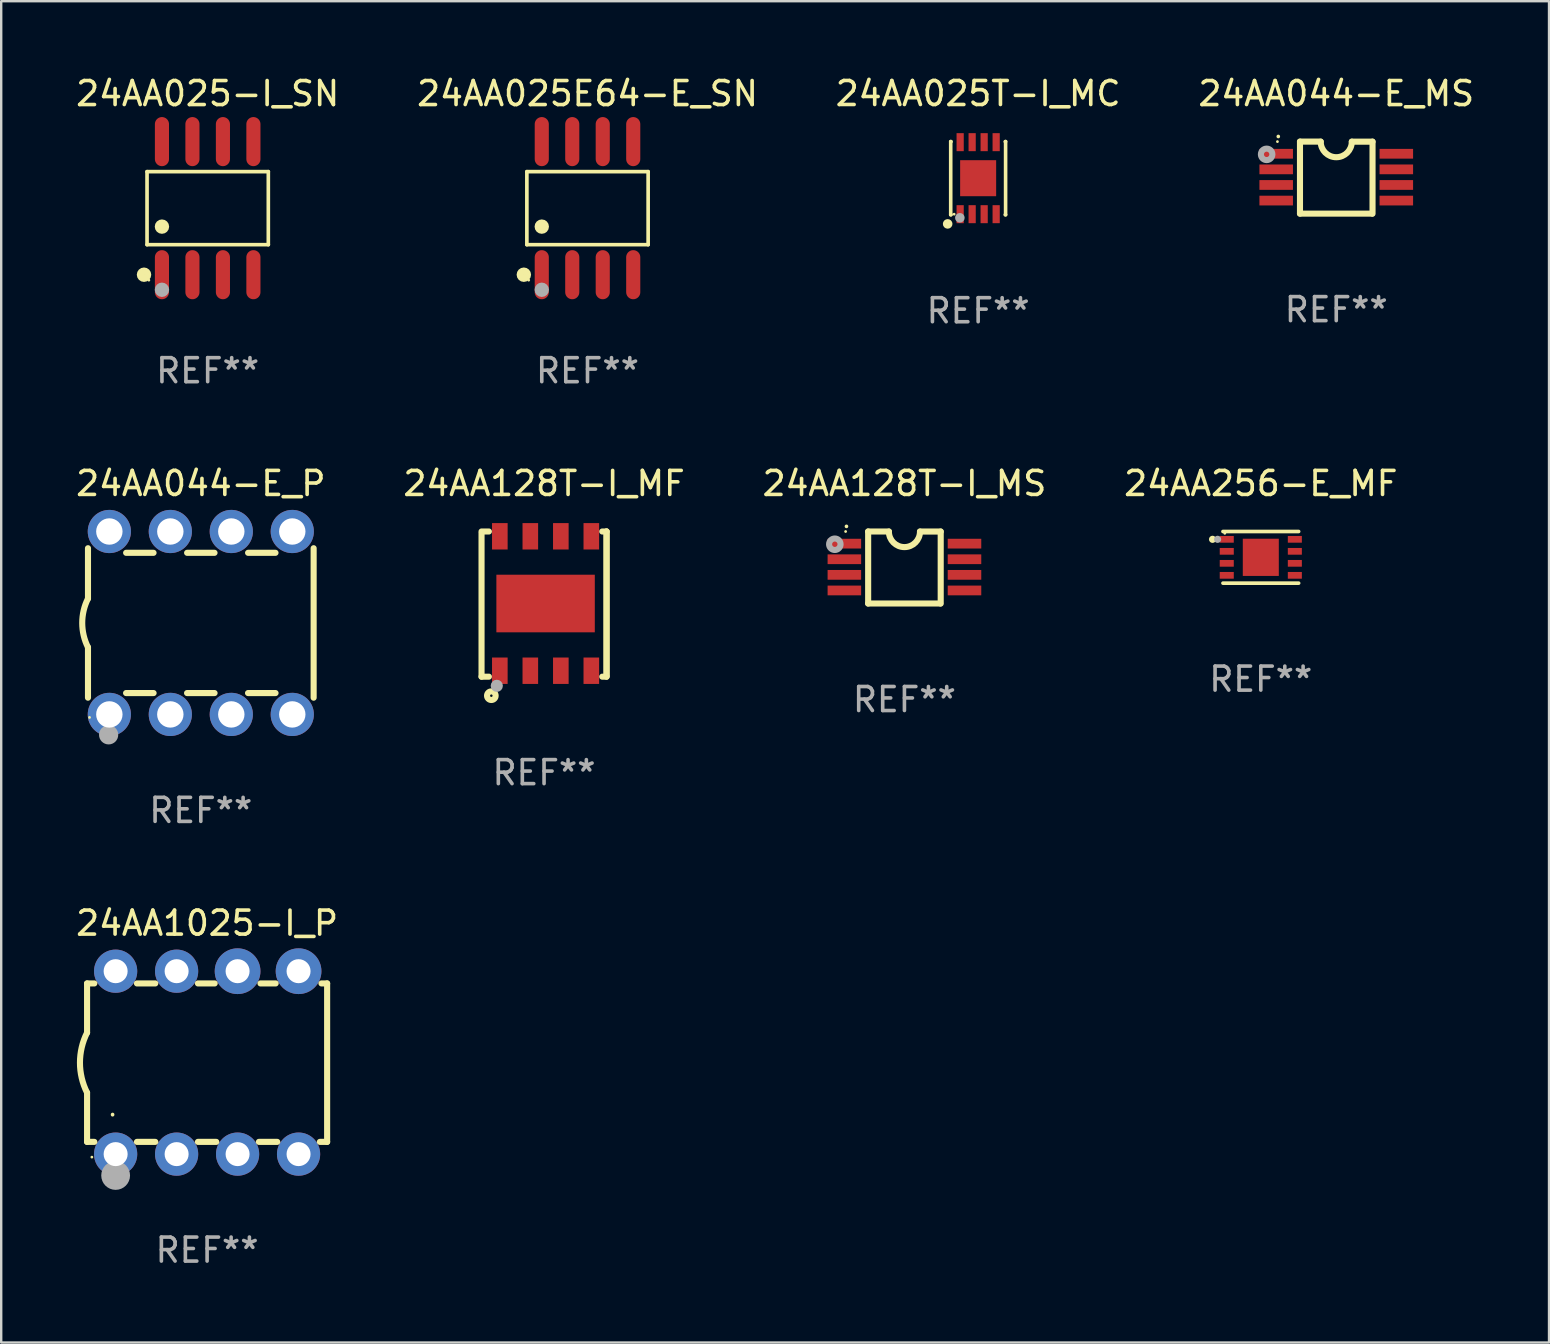
<source format=kicad_pcb>
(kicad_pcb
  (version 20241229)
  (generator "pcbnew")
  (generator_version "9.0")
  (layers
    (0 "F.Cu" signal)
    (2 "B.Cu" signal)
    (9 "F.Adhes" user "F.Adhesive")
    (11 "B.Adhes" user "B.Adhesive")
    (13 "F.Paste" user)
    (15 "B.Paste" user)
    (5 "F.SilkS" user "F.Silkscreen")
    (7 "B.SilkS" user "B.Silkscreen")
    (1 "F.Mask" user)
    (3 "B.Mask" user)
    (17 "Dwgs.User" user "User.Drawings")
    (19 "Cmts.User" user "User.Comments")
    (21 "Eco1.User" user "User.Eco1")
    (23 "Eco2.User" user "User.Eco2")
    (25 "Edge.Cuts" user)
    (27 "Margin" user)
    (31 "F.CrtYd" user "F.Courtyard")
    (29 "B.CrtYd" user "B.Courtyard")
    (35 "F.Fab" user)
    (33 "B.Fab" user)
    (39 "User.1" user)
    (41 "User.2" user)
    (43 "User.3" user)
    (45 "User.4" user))
  (footprint "24AA025-I_SN"
    (layer "F.Cu")
    (at 5.601 5.621)
    (property "Reference" "24AA025-I_SN" (at 0 -4.772 0) (layer "F.SilkS") (effects (font (size 1 1) (thickness 0.15))))
    (attr through_hole)
    (fp_line (start -2.526 -1.521) (end 2.526 -1.521) (stroke (width 0.152) (type solid)) (layer "F.SilkS"))
    (fp_line (start -2.526 1.521) (end -2.526 -1.521) (stroke (width 0.152) (type solid)) (layer "F.SilkS"))
    (fp_line (start 2.526 -1.521) (end 2.526 1.521) (stroke (width 0.152) (type solid)) (layer "F.SilkS"))
    (fp_line (start 2.526 1.521) (end -2.526 1.521) (stroke (width 0.152) (type solid)) (layer "F.SilkS"))
    (fp_circle (center -2.652 2.772) (end -2.501 2.772) (stroke (width 0.3) (type solid)) (fill no) (layer "F.SilkS"))
    (fp_circle (center -2.45 3) (end -2.42 3) (stroke (width 0.06) (type solid)) (fill no) (layer "F.SilkS"))
    (fp_circle (center -1.905 0.769) (end -1.755 0.769) (stroke (width 0.3) (type solid)) (fill no) (layer "F.SilkS"))
    (fp_circle (center -1.905 3.4) (end -1.755 3.4) (stroke (width 0.3) (type solid)) (fill no) (layer "F.Fab"))
    (fp_text user "REF**" (at 0 6.772 0) (layer "F.Fab") (effects (font (size 1 1) (thickness 0.15))))
    (pad "1" smd oval (at -1.905 2.772) (size 0.588 2.045) (layers "F.Cu" "F.Mask" "F.Paste"))
    (pad "2" smd oval (at -0.635 2.772) (size 0.588 2.045) (layers "F.Cu" "F.Mask" "F.Paste"))
    (pad "3" smd oval (at 0.635 2.772) (size 0.588 2.045) (layers "F.Cu" "F.Mask" "F.Paste"))
    (pad "4" smd oval (at 1.905 2.772) (size 0.588 2.045) (layers "F.Cu" "F.Mask" "F.Paste"))
    (pad "5" smd oval (at 1.905 -2.772) (size 0.588 2.045) (layers "F.Cu" "F.Mask" "F.Paste"))
    (pad "6" smd oval (at 0.635 -2.772) (size 0.588 2.045) (layers "F.Cu" "F.Mask" "F.Paste"))
    (pad "7" smd oval (at -0.635 -2.772) (size 0.588 2.045) (layers "F.Cu" "F.Mask" "F.Paste"))
    (pad "8" smd oval (at -1.905 -2.772) (size 0.588 2.045) (layers "F.Cu" "F.Mask" "F.Paste")))
  (footprint "24AA025E64-E_SN"
    (layer "F.Cu")
    (at 21.423 5.621)
    (property "Reference" "24AA025E64-E_SN" (at 0 -4.772 0) (layer "F.SilkS") (effects (font (size 1 1) (thickness 0.15))))
    (attr through_hole)
    (fp_line (start -2.526 -1.521) (end 2.526 -1.521) (stroke (width 0.152) (type solid)) (layer "F.SilkS"))
    (fp_line (start -2.526 1.521) (end -2.526 -1.521) (stroke (width 0.152) (type solid)) (layer "F.SilkS"))
    (fp_line (start 2.526 -1.521) (end 2.526 1.521) (stroke (width 0.152) (type solid)) (layer "F.SilkS"))
    (fp_line (start 2.526 1.521) (end -2.526 1.521) (stroke (width 0.152) (type solid)) (layer "F.SilkS"))
    (fp_circle (center -2.652 2.772) (end -2.501 2.772) (stroke (width 0.3) (type solid)) (fill no) (layer "F.SilkS"))
    (fp_circle (center -2.45 3) (end -2.42 3) (stroke (width 0.06) (type solid)) (fill no) (layer "F.SilkS"))
    (fp_circle (center -1.905 0.769) (end -1.755 0.769) (stroke (width 0.3) (type solid)) (fill no) (layer "F.SilkS"))
    (fp_circle (center -1.905 3.4) (end -1.755 3.4) (stroke (width 0.3) (type solid)) (fill no) (layer "F.Fab"))
    (fp_text user "REF**" (at 0 6.772 0) (layer "F.Fab") (effects (font (size 1 1) (thickness 0.15))))
    (pad "1" smd oval (at -1.905 2.772) (size 0.588 2.045) (layers "F.Cu" "F.Mask" "F.Paste"))
    (pad "2" smd oval (at -0.635 2.772) (size 0.588 2.045) (layers "F.Cu" "F.Mask" "F.Paste"))
    (pad "3" smd oval (at 0.635 2.772) (size 0.588 2.045) (layers "F.Cu" "F.Mask" "F.Paste"))
    (pad "4" smd oval (at 1.905 2.772) (size 0.588 2.045) (layers "F.Cu" "F.Mask" "F.Paste"))
    (pad "5" smd oval (at 1.905 -2.772) (size 0.588 2.045) (layers "F.Cu" "F.Mask" "F.Paste"))
    (pad "6" smd oval (at 0.635 -2.772) (size 0.588 2.045) (layers "F.Cu" "F.Mask" "F.Paste"))
    (pad "7" smd oval (at -0.635 -2.772) (size 0.588 2.045) (layers "F.Cu" "F.Mask" "F.Paste"))
    (pad "8" smd oval (at -1.905 -2.772) (size 0.588 2.045) (layers "F.Cu" "F.Mask" "F.Paste")))
  (footprint "24AA025T-I_MC"
    (layer "F.Cu")
    (at 37.696 4.372)
    (property "Reference" "24AA025T-I_MC" (at 0 -3.524 0) (layer "F.SilkS") (effects (font (size 1 1) (thickness 0.15))))
    (attr through_hole)
    (fp_line (start -1.143 -1.524) (end -1.143 1.524) (stroke (width 0.15) (type solid)) (layer "F.SilkS"))
    (fp_line (start -1.143 1.524) (end -1.129 1.524) (stroke (width 0.15) (type solid)) (layer "F.SilkS"))
    (fp_line (start -1.129 -1.524) (end -1.143 -1.524) (stroke (width 0.15) (type solid)) (layer "F.SilkS"))
    (fp_line (start 1.129 1.524) (end 1.143 1.524) (stroke (width 0.15) (type solid)) (layer "F.SilkS"))
    (fp_line (start 1.143 -1.524) (end 1.129 -1.524) (stroke (width 0.15) (type solid)) (layer "F.SilkS"))
    (fp_line (start 1.143 1.524) (end 1.143 -1.524) (stroke (width 0.15) (type solid)) (layer "F.SilkS"))
    (fp_circle (center -1.27 1.905) (end -1.17 1.905) (stroke (width 0.2) (type solid)) (fill no) (layer "F.SilkS"))
    (fp_circle (center -1 1.5) (end -0.97 1.5) (stroke (width 0.06) (type solid)) (fill no) (layer "F.SilkS"))
    (fp_circle (center -0.762 1.651) (end -0.662 1.651) (stroke (width 0.2) (type solid)) (fill no) (layer "F.Fab"))
    (fp_text user "REF**" (at 0 5.524 0) (layer "F.Fab") (effects (font (size 1 1) (thickness 0.15))))
    (pad "1" smd rect (at -0.75 1.5 90) (size 0.75 0.3) (layers "F.Cu" "F.Mask" "F.Paste"))
    (pad "2" smd rect (at -0.25 1.5 90) (size 0.75 0.3) (layers "F.Cu" "F.Mask" "F.Paste"))
    (pad "3" smd rect (at 0.25 1.5 90) (size 0.75 0.3) (layers "F.Cu" "F.Mask" "F.Paste"))
    (pad "4" smd rect (at 0.75 1.5 90) (size 0.75 0.3) (layers "F.Cu" "F.Mask" "F.Paste"))
    (pad "5" smd rect (at 0.75 -1.5 90) (size 0.75 0.3) (layers "F.Cu" "F.Mask" "F.Paste"))
    (pad "6" smd rect (at 0.25 -1.5 90) (size 0.75 0.3) (layers "F.Cu" "F.Mask" "F.Paste"))
    (pad "7" smd rect (at -0.25 -1.5 90) (size 0.75 0.3) (layers "F.Cu" "F.Mask" "F.Paste"))
    (pad "8" smd rect (at -0.75 -1.5 90) (size 0.75 0.3) (layers "F.Cu" "F.Mask" "F.Paste"))
    (pad "9" smd rect (at -0.000254 0.001 90) (size 1.5 1.5) (layers "F.Cu" "F.Mask" "F.Paste")))
  (footprint "24AA128T-I_MS"
    (layer "F.Cu")
    (at 34.625 20.591)
    (property "Reference" "24AA128T-I_MS" (at 0 -3.501 0) (layer "F.SilkS") (effects (font (size 1 1) (thickness 0.15))))
    (attr through_hole)
    (fp_line (start -1.511 -1.501) (end -1.511 1.499) (stroke (width 0.254) (type solid)) (layer "F.SilkS"))
    (fp_line (start -1.511 -1.501) (end -0.648 -1.501) (stroke (width 0.254) (type solid)) (layer "F.SilkS"))
    (fp_line (start -1.511 1.499) (end 1.489 1.499) (stroke (width 0.254) (type solid)) (layer "F.SilkS"))
    (fp_line (start 0.648 -1.499) (end 1.511 -1.499) (stroke (width 0.254) (type solid)) (layer "F.SilkS"))
    (fp_line (start 1.511 -1.499) (end 1.511 1.501) (stroke (width 0.254) (type solid)) (layer "F.SilkS"))
    (fp_arc (start -2.41491 -1.713233) (mid -2.414916 -1.714503) (end -2.41491 -1.715773) (stroke (width 0.150013) (type solid)) (layer "F.SilkS"))
    (fp_arc (start 0.647803 -1.498603) (mid 0.000102 -0.850902) (end -0.647599 -1.498603) (stroke (width 0.254001) (type solid)) (layer "F.SilkS"))
    (fp_circle (center -2.45 -1.501) (end -2.42 -1.501) (stroke (width 0.06) (type solid)) (fill no) (layer "F.SilkS"))
    (fp_circle (center -2.9 -0.97) (end -2.788 -0.97) (stroke (width 0.254) (type solid)) (fill no) (layer "F.Fab"))
    (fp_text user "REF**" (at 0 5.501 0) (layer "F.Fab") (effects (font (size 1 1) (thickness 0.15))))
    (pad "1" smd rect (at -2.502 -0.995) (size 1.397 0.406) (layers "F.Cu" "F.Mask" "F.Paste"))
    (pad "2" smd rect (at -2.502 -0.345) (size 1.397 0.406) (layers "F.Cu" "F.Mask" "F.Paste"))
    (pad "3" smd rect (at -2.502 0.305) (size 1.397 0.406) (layers "F.Cu" "F.Mask" "F.Paste"))
    (pad "4" smd rect (at -2.502 0.955) (size 1.397 0.406) (layers "F.Cu" "F.Mask" "F.Paste"))
    (pad "5" smd rect (at 2.502 0.955) (size 1.397 0.406) (layers "F.Cu" "F.Mask" "F.Paste"))
    (pad "6" smd rect (at 2.502 0.305) (size 1.397 0.406) (layers "F.Cu" "F.Mask" "F.Paste"))
    (pad "7" smd rect (at 2.502 -0.345) (size 1.397 0.406) (layers "F.Cu" "F.Mask" "F.Paste"))
    (pad "8" smd rect (at 2.502 -0.995) (size 1.397 0.406) (layers "F.Cu" "F.Mask" "F.Paste")))
  (footprint "24AA128T-I_MF"
    (layer "F.Cu")
    (at 19.613 22.114)
    (property "Reference" "24AA128T-I_MF" (at 0 -5.024 0) (layer "F.SilkS") (effects (font (size 1 1) (thickness 0.15))))
    (attr through_hole)
    (fp_line (start -2.604 -2.945) (end -2.604 3.024) (stroke (width 0.254) (type solid)) (layer "F.SilkS"))
    (fp_line (start -2.604 3.024) (end -2.298 3.024) (stroke (width 0.254) (type solid)) (layer "F.SilkS"))
    (fp_line (start -2.298 -3.024) (end -2.604 -3.024) (stroke (width 0.254) (type solid)) (layer "F.SilkS"))
    (fp_line (start 2.425 3.024) (end 2.604 3.024) (stroke (width 0.254) (type solid)) (layer "F.SilkS"))
    (fp_line (start 2.604 -3.024) (end 2.425 -3.024) (stroke (width 0.254) (type solid)) (layer "F.SilkS"))
    (fp_line (start 2.604 -3.024) (end 2.604 2.976) (stroke (width 0.254) (type solid)) (layer "F.SilkS"))
    (fp_line (start 2.604 3.024) (end 2.604 -3.024) (stroke (width 0.254) (type solid)) (layer "F.SilkS"))
    (fp_circle (center -2.437 2.976) (end -2.407 2.976) (stroke (width 0.06) (type solid)) (fill no) (layer "F.SilkS"))
    (fp_circle (center -2.196 3.816) (end -2.017 3.816) (stroke (width 0.254) (type solid)) (fill no) (layer "F.SilkS"))
    (fp_circle (center -1.969 3.405) (end -1.842 3.405) (stroke (width 0.254) (type solid)) (fill no) (layer "F.Fab"))
    (fp_text user "REF**" (at 0 7.024 0) (layer "F.Fab") (effects (font (size 1 1) (thickness 0.15))))
    (pad "1" smd rect (at -1.842 2.776) (size 0.65 1.1) (layers "F.Cu" "F.Mask" "F.Paste"))
    (pad "2" smd rect (at -0.572 2.776) (size 0.65 1.1) (layers "F.Cu" "F.Mask" "F.Paste"))
    (pad "3" smd rect (at 0.699 2.776) (size 0.65 1.1) (layers "F.Cu" "F.Mask" "F.Paste"))
    (pad "4" smd rect (at 1.969 2.776) (size 0.65 1.1) (layers "F.Cu" "F.Mask" "F.Paste"))
    (pad "5" smd rect (at 1.969 -2.824) (size 0.65 1.1) (layers "F.Cu" "F.Mask" "F.Paste"))
    (pad "6" smd rect (at 0.699 -2.824) (size 0.65 1.1) (layers "F.Cu" "F.Mask" "F.Paste"))
    (pad "7" smd rect (at -0.572 -2.824) (size 0.65 1.1) (layers "F.Cu" "F.Mask" "F.Paste"))
    (pad "8" smd rect (at -1.842 -2.824) (size 0.65 1.1) (layers "F.Cu" "F.Mask" "F.Paste"))
    (pad "9" smd rect (at 0.064 -0.024) (size 4.1 2.4) (layers "F.Cu" "F.Mask" "F.Paste")))
  (footprint "24AA044-E_MS"
    (layer "F.Cu")
    (at 52.613 4.35)
    (property "Reference" "24AA044-E_MS" (at 0 -3.501 0) (layer "F.SilkS") (effects (font (size 1 1) (thickness 0.15))))
    (attr through_hole)
    (fp_line (start -1.511 -1.501) (end -1.511 1.499) (stroke (width 0.254) (type solid)) (layer "F.SilkS"))
    (fp_line (start -1.511 -1.501) (end -0.648 -1.501) (stroke (width 0.254) (type solid)) (layer "F.SilkS"))
    (fp_line (start -1.511 1.499) (end 1.489 1.499) (stroke (width 0.254) (type solid)) (layer "F.SilkS"))
    (fp_line (start 0.648 -1.499) (end 1.511 -1.499) (stroke (width 0.254) (type solid)) (layer "F.SilkS"))
    (fp_line (start 1.511 -1.499) (end 1.511 1.501) (stroke (width 0.254) (type solid)) (layer "F.SilkS"))
    (fp_arc (start -2.41491 -1.713233) (mid -2.414916 -1.714503) (end -2.41491 -1.715773) (stroke (width 0.150013) (type solid)) (layer "F.SilkS"))
    (fp_arc (start 0.647803 -1.498603) (mid 0.000102 -0.850902) (end -0.647599 -1.498603) (stroke (width 0.254001) (type solid)) (layer "F.SilkS"))
    (fp_circle (center -2.45 -1.501) (end -2.42 -1.501) (stroke (width 0.06) (type solid)) (fill no) (layer "F.SilkS"))
    (fp_circle (center -2.9 -0.97) (end -2.788 -0.97) (stroke (width 0.254) (type solid)) (fill no) (layer "F.Fab"))
    (fp_text user "REF**" (at 0 5.501 0) (layer "F.Fab") (effects (font (size 1 1) (thickness 0.15))))
    (pad "1" smd rect (at -2.502 -0.995) (size 1.397 0.406) (layers "F.Cu" "F.Mask" "F.Paste"))
    (pad "2" smd rect (at -2.502 -0.345) (size 1.397 0.406) (layers "F.Cu" "F.Mask" "F.Paste"))
    (pad "3" smd rect (at -2.502 0.305) (size 1.397 0.406) (layers "F.Cu" "F.Mask" "F.Paste"))
    (pad "4" smd rect (at -2.502 0.955) (size 1.397 0.406) (layers "F.Cu" "F.Mask" "F.Paste"))
    (pad "5" smd rect (at 2.502 0.955) (size 1.397 0.406) (layers "F.Cu" "F.Mask" "F.Paste"))
    (pad "6" smd rect (at 2.502 0.305) (size 1.397 0.406) (layers "F.Cu" "F.Mask" "F.Paste"))
    (pad "7" smd rect (at 2.502 -0.345) (size 1.397 0.406) (layers "F.Cu" "F.Mask" "F.Paste"))
    (pad "8" smd rect (at 2.502 -0.995) (size 1.397 0.406) (layers "F.Cu" "F.Mask" "F.Paste")))
  (footprint "24AA044-E_P"
    (layer "F.Cu")
    (at 5.315 22.9)
    (property "Reference" "24AA044-E_P" (at 0 -5.81 0) (layer "F.SilkS") (effects (font (size 1 1) (thickness 0.15))))
    (attr through_hole)
    (fp_line (start -4.7 -1.017) (end -4.7 -3.113) (stroke (width 0.254) (type solid)) (layer "F.SilkS"))
    (fp_line (start -4.7 1.015) (end -4.7 3.113) (stroke (width 0.254) (type solid)) (layer "F.SilkS"))
    (fp_line (start -3.113 2.92) (end -1.967 2.92) (stroke (width 0.254) (type solid)) (layer "F.SilkS"))
    (fp_line (start -3.111 -2.922) (end -1.969 -2.922) (stroke (width 0.254) (type solid)) (layer "F.SilkS"))
    (fp_line (start -0.573 2.92) (end 0.573 2.92) (stroke (width 0.254) (type solid)) (layer "F.SilkS"))
    (fp_line (start -0.571 -2.922) (end 0.571 -2.922) (stroke (width 0.254) (type solid)) (layer "F.SilkS"))
    (fp_line (start 1.967 2.92) (end 3.113 2.92) (stroke (width 0.254) (type solid)) (layer "F.SilkS"))
    (fp_line (start 1.969 -2.922) (end 3.111 -2.922) (stroke (width 0.254) (type solid)) (layer "F.SilkS"))
    (fp_line (start 4.7 -3.113) (end 4.7 3.113) (stroke (width 0.254) (type solid)) (layer "F.SilkS"))
    (fp_arc (start -4.7 1.01524) (mid -4.939846 -0.000762) (end -4.7 -1.016764) (stroke (width 0.254001) (type solid)) (layer "F.SilkS"))
    (fp_circle (center -4.636 3.935) (end -4.606 3.935) (stroke (width 0.06) (type solid)) (fill no) (layer "F.SilkS"))
    (fp_circle (center -3.84 4.66) (end -3.64 4.66) (stroke (width 0.4) (type solid)) (fill no) (layer "F.Fab"))
    (fp_text user "REF**" (at 0 7.81 0) (layer "F.Fab") (effects (font (size 1 1) (thickness 0.15))))
    (pad "1" thru_hole circle (at -3.81 3.81) (size 1.8 1.8) (drill 1.1) (layers "*.Cu" "*.Mask"))
    (pad "2" thru_hole circle (at -1.27 3.81) (size 1.8 1.8) (drill 1.1) (layers "*.Cu" "*.Mask"))
    (pad "3" thru_hole circle (at 1.27 3.81) (size 1.8 1.8) (drill 1.1) (layers "*.Cu" "*.Mask"))
    (pad "4" thru_hole circle (at 3.81 3.81) (size 1.8 1.8) (drill 1.1) (layers "*.Cu" "*.Mask"))
    (pad "5" thru_hole circle (at 3.81 -3.81) (size 1.8 1.8) (drill 1.1) (layers "*.Cu" "*.Mask"))
    (pad "6" thru_hole circle (at 1.27 -3.81) (size 1.8 1.8) (drill 1.1) (layers "*.Cu" "*.Mask"))
    (pad "7" thru_hole circle (at -1.27 -3.81) (size 1.8 1.8) (drill 1.1) (layers "*.Cu" "*.Mask"))
    (pad "8" thru_hole circle (at -3.81 -3.81) (size 1.8 1.8) (drill 1.1) (layers "*.Cu" "*.Mask")))
  (footprint "24AA256-E_MF"
    (layer "F.Cu")
    (at 49.47 20.166)
    (property "Reference" "24AA256-E_MF" (at 0 -3.076 0) (layer "F.SilkS") (effects (font (size 1 1) (thickness 0.15))))
    (attr through_hole)
    (fp_line (start -1.576 -1.076) (end 1.576 -1.076) (stroke (width 0.152) (type solid)) (layer "F.SilkS"))
    (fp_line (start -1.576 1.076) (end 1.576 1.076) (stroke (width 0.152) (type solid)) (layer "F.SilkS"))
    (fp_circle (center -2.01 -0.75) (end -1.935 -0.75) (stroke (width 0.15) (type solid)) (fill no) (layer "F.SilkS"))
    (fp_circle (center -1.5 -1) (end -1.47 -1) (stroke (width 0.06) (type solid)) (fill no) (layer "F.SilkS"))
    (fp_circle (center -1.8 -0.75) (end -1.725 -0.75) (stroke (width 0.15) (type solid)) (fill no) (layer "F.Fab"))
    (fp_text user "REF**" (at 0 5.076 0) (layer "F.Fab") (effects (font (size 1 1) (thickness 0.15))))
    (pad "1" smd rect (at -1.418 -0.75) (size 0.585 0.28) (layers "F.Cu" "F.Mask" "F.Paste"))
    (pad "2" smd rect (at -1.418 -0.25) (size 0.585 0.28) (layers "F.Cu" "F.Mask" "F.Paste"))
    (pad "3" smd rect (at -1.418 0.25) (size 0.585 0.28) (layers "F.Cu" "F.Mask" "F.Paste"))
    (pad "4" smd rect (at -1.418 0.75) (size 0.585 0.28) (layers "F.Cu" "F.Mask" "F.Paste"))
    (pad "5" smd rect (at 1.418 0.75) (size 0.585 0.28) (layers "F.Cu" "F.Mask" "F.Paste"))
    (pad "6" smd rect (at 1.418 0.25) (size 0.585 0.28) (layers "F.Cu" "F.Mask" "F.Paste"))
    (pad "7" smd rect (at 1.418 -0.25) (size 0.585 0.28) (layers "F.Cu" "F.Mask" "F.Paste"))
    (pad "8" smd rect (at 1.418 -0.75) (size 0.585 0.28) (layers "F.Cu" "F.Mask" "F.Paste"))
    (pad "9" smd rect (at 0 0) (size 1.5 1.55) (layers "F.Cu" "F.Mask" "F.Paste")))
  (footprint "24AA1025-I_P"
    (layer "F.Cu")
    (at 5.577 41.216)
    (property "Reference" "24AA1025-I_P" (at 0 -5.81 0) (layer "F.SilkS") (effects (font (size 1 1) (thickness 0.15))))
    (attr through_hole)
    (fp_line (start -5 -3.3) (end -5 -1.25) (stroke (width 0.254) (type solid)) (layer "F.SilkS"))
    (fp_line (start -5 -3.3) (end -4.698 -3.3) (stroke (width 0.254) (type solid)) (layer "F.SilkS"))
    (fp_line (start -5 3.3) (end -5 1.25) (stroke (width 0.254) (type solid)) (layer "F.SilkS"))
    (fp_line (start -5 3.3) (end -4.698 3.3) (stroke (width 0.254) (type solid)) (layer "F.SilkS"))
    (fp_line (start -2.922 -3.3) (end -2.158 -3.3) (stroke (width 0.254) (type solid)) (layer "F.SilkS"))
    (fp_line (start -2.922 3.3) (end -2.158 3.3) (stroke (width 0.254) (type solid)) (layer "F.SilkS"))
    (fp_line (start -0.382 -3.3) (end 0.316 -3.3) (stroke (width 0.254) (type solid)) (layer "F.SilkS"))
    (fp_line (start -0.382 3.3) (end 0.382 3.3) (stroke (width 0.254) (type solid)) (layer "F.SilkS"))
    (fp_line (start 2.158 3.3) (end 2.922 3.3) (stroke (width 0.254) (type solid)) (layer "F.SilkS"))
    (fp_line (start 2.224 -3.3) (end 2.856 -3.3) (stroke (width 0.254) (type solid)) (layer "F.SilkS"))
    (fp_line (start 4.698 3.3) (end 5 3.3) (stroke (width 0.254) (type solid)) (layer "F.SilkS"))
    (fp_line (start 4.764 -3.3) (end 5 -3.3) (stroke (width 0.254) (type solid)) (layer "F.SilkS"))
    (fp_line (start 5 -3.3) (end 5 3.3) (stroke (width 0.254) (type solid)) (layer "F.SilkS"))
    (fp_arc (start -5.00127 1.249682) (mid -5.295892 -0.000313) (end -5.000025 -1.250013) (stroke (width 0.254001) (type solid)) (layer "F.SilkS"))
    (fp_arc (start -3.937262 2.170256) (mid -3.937197 2.164629) (end -3.937008 2.159004) (stroke (width 0.149987) (type solid)) (layer "F.SilkS"))
    (fp_circle (center -4.8 3.935) (end -4.77 3.935) (stroke (width 0.06) (type solid)) (fill no) (layer "F.SilkS"))
    (fp_circle (center -3.81 4.699) (end -3.51 4.699) (stroke (width 0.6) (type solid)) (fill no) (layer "F.Fab"))
    (fp_text user "REF**" (at 0 7.81 0) (layer "F.Fab") (effects (font (size 1 1) (thickness 0.15))))
    (pad "1" thru_hole circle (at -3.81 3.81) (size 1.8 1.8) (drill 1) (layers "*.Cu" "*.Mask"))
    (pad "2" thru_hole circle (at -1.27 3.81) (size 1.8 1.8) (drill 1) (layers "*.Cu" "*.Mask"))
    (pad "3" thru_hole circle (at 1.27 3.81) (size 1.8 1.8) (drill 1) (layers "*.Cu" "*.Mask"))
    (pad "4" thru_hole circle (at 3.81 3.81) (size 1.8 1.8) (drill 1) (layers "*.Cu" "*.Mask"))
    (pad "5" thru_hole circle (at 3.81 -3.81) (size 1.905 1.905) (drill 1) (layers "*.Cu" "*.Mask"))
    (pad "6" thru_hole circle (at 1.27 -3.81) (size 1.905 1.905) (drill 1) (layers "*.Cu" "*.Mask"))
    (pad "7" thru_hole circle (at -1.27 -3.81) (size 1.8 1.8) (drill 1) (layers "*.Cu" "*.Mask"))
    (pad "8" thru_hole circle (at -3.81 -3.81) (size 1.8 1.8) (drill 1) (layers "*.Cu" "*.Mask")))
  (gr_rect
    (start -3 -3)
    (end 61.476 52.874)
    (stroke (width 0.1) (type default))
    (fill no)
    (layer "Edge.Cuts")))
</source>
